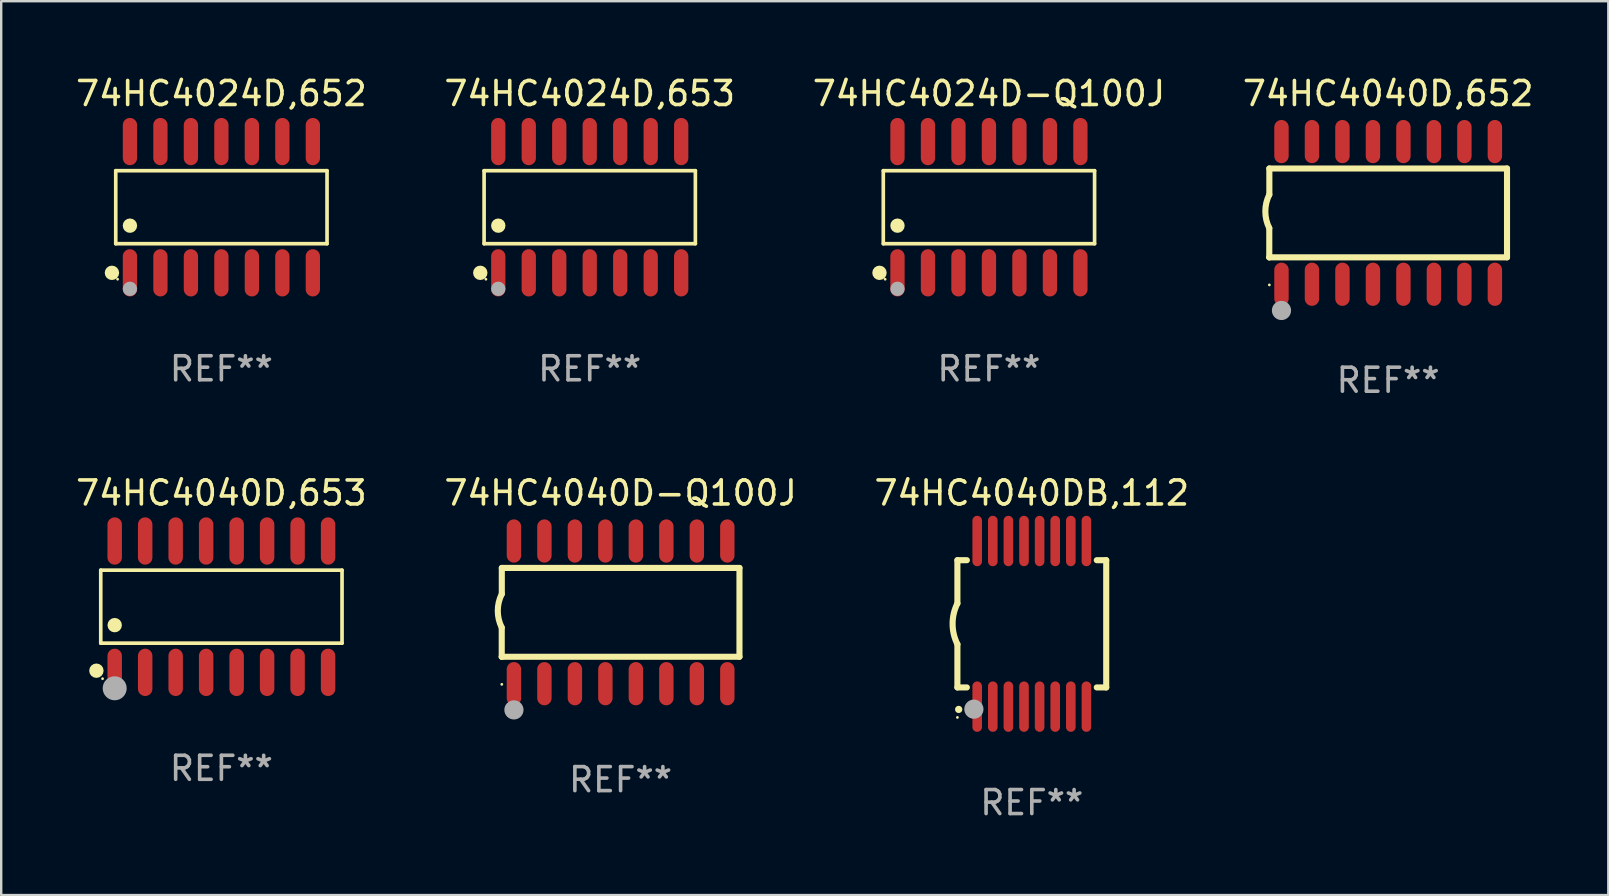
<source format=kicad_pcb>
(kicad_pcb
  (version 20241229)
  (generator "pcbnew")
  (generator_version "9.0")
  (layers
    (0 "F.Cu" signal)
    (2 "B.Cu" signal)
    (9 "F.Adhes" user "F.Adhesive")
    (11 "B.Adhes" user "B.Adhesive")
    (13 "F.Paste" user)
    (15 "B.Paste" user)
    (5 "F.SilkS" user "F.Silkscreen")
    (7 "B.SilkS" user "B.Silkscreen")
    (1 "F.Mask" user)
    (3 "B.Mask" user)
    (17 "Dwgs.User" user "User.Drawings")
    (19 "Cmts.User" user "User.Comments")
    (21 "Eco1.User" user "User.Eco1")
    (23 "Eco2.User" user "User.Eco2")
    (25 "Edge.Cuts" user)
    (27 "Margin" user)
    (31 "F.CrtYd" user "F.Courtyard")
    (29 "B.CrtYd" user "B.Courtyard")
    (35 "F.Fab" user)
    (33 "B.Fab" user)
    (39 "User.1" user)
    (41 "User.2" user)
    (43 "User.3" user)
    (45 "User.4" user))
  (footprint "74HC4040D,652"
    (layer "F.Cu")
    (at 54.78 5.82)
    (property "Reference" "74HC4040D,652" (at 0 -4.972 0) (layer "F.SilkS") (effects (font (size 1 1) (thickness 0.15))))
    (attr through_hole)
    (fp_line (start -4.952 0.635) (end -4.952 1.85) (stroke (width 0.254) (type solid)) (layer "F.SilkS"))
    (fp_line (start -4.952 1.85) (end -4.949 1.85) (stroke (width 0.254) (type solid)) (layer "F.SilkS"))
    (fp_line (start -4.949 -1.85) (end -4.949 -0.762) (stroke (width 0.254) (type solid)) (layer "F.SilkS"))
    (fp_line (start -4.949 1.85) (end 4.952 1.85) (stroke (width 0.254) (type solid)) (layer "F.SilkS"))
    (fp_line (start 4.952 -1.85) (end -4.949 -1.85) (stroke (width 0.254) (type solid)) (layer "F.SilkS"))
    (fp_line (start 4.952 1.85) (end 4.952 -1.85) (stroke (width 0.254) (type solid)) (layer "F.SilkS"))
    (fp_arc (start -4.951524 0.635001) (mid -5.116418 -0.0635) (end -4.951524 -0.762002) (stroke (width 0.254001) (type solid)) (layer "F.SilkS"))
    (fp_circle (center -4.949 3) (end -4.919 3) (stroke (width 0.06) (type solid)) (fill no) (layer "F.SilkS"))
    (fp_circle (center -4.444 4.064) (end -4.244 4.064) (stroke (width 0.4) (type solid)) (fill no) (layer "F.Fab"))
    (fp_text user "REF**" (at 0 6.972 0) (layer "F.Fab") (effects (font (size 1 1) (thickness 0.15))))
    (pad "1" smd oval (at -4.444 2.972 180) (size 0.6 1.8) (layers "F.Cu" "F.Mask" "F.Paste"))
    (pad "2" smd oval (at -3.174 2.972 180) (size 0.6 1.8) (layers "F.Cu" "F.Mask" "F.Paste"))
    (pad "3" smd oval (at -1.904 2.972 180) (size 0.6 1.8) (layers "F.Cu" "F.Mask" "F.Paste"))
    (pad "4" smd oval (at -0.634 2.972 180) (size 0.6 1.8) (layers "F.Cu" "F.Mask" "F.Paste"))
    (pad "5" smd oval (at 0.636 2.972 180) (size 0.6 1.8) (layers "F.Cu" "F.Mask" "F.Paste"))
    (pad "6" smd oval (at 1.906 2.972 180) (size 0.6 1.8) (layers "F.Cu" "F.Mask" "F.Paste"))
    (pad "7" smd oval (at 3.176 2.972 180) (size 0.6 1.8) (layers "F.Cu" "F.Mask" "F.Paste"))
    (pad "8" smd oval (at 4.446 2.972 180) (size 0.6 1.8) (layers "F.Cu" "F.Mask" "F.Paste"))
    (pad "9" smd oval (at 4.446 -2.972 180) (size 0.6 1.8) (layers "F.Cu" "F.Mask" "F.Paste"))
    (pad "10" smd oval (at 3.176 -2.972 180) (size 0.6 1.8) (layers "F.Cu" "F.Mask" "F.Paste"))
    (pad "11" smd oval (at 1.906 -2.972 180) (size 0.6 1.8) (layers "F.Cu" "F.Mask" "F.Paste"))
    (pad "12" smd oval (at 0.636 -2.972 180) (size 0.6 1.8) (layers "F.Cu" "F.Mask" "F.Paste"))
    (pad "13" smd oval (at -0.634 -2.972 180) (size 0.6 1.8) (layers "F.Cu" "F.Mask" "F.Paste"))
    (pad "14" smd oval (at -1.904 -2.972 180) (size 0.6 1.8) (layers "F.Cu" "F.Mask" "F.Paste"))
    (pad "15" smd oval (at -3.174 -2.972 180) (size 0.6 1.8) (layers "F.Cu" "F.Mask" "F.Paste"))
    (pad "16" smd oval (at -4.444 -2.972 180) (size 0.6 1.8) (layers "F.Cu" "F.Mask" "F.Paste")))
  (footprint "74HC4024D-Q100J"
    (layer "F.Cu")
    (at 38.149 5.582)
    (property "Reference" "74HC4024D-Q100J" (at 0 -4.734 0) (layer "F.SilkS") (effects (font (size 1 1) (thickness 0.15))))
    (attr through_hole)
    (fp_line (start -4.401 -1.521) (end 4.401 -1.521) (stroke (width 0.152) (type solid)) (layer "F.SilkS"))
    (fp_line (start -4.401 1.521) (end -4.401 -1.521) (stroke (width 0.152) (type solid)) (layer "F.SilkS"))
    (fp_line (start 4.401 -1.521) (end 4.401 1.521) (stroke (width 0.152) (type solid)) (layer "F.SilkS"))
    (fp_line (start 4.401 1.521) (end -4.401 1.521) (stroke (width 0.152) (type solid)) (layer "F.SilkS"))
    (fp_circle (center -4.56 2.734) (end -4.41 2.734) (stroke (width 0.3) (type solid)) (fill no) (layer "F.SilkS"))
    (fp_circle (center -4.325 3) (end -4.295 3) (stroke (width 0.06) (type solid)) (fill no) (layer "F.SilkS"))
    (fp_circle (center -3.81 0.769) (end -3.66 0.769) (stroke (width 0.3) (type solid)) (fill no) (layer "F.SilkS"))
    (fp_circle (center -3.81 3.4) (end -3.66 3.4) (stroke (width 0.3) (type solid)) (fill no) (layer "F.Fab"))
    (fp_text user "REF**" (at 0 6.734 0) (layer "F.Fab") (effects (font (size 1 1) (thickness 0.15))))
    (pad "1" smd oval (at -3.81 2.734) (size 0.595 1.968) (layers "F.Cu" "F.Mask" "F.Paste"))
    (pad "2" smd oval (at -2.54 2.734) (size 0.595 1.968) (layers "F.Cu" "F.Mask" "F.Paste"))
    (pad "3" smd oval (at -1.27 2.734) (size 0.595 1.968) (layers "F.Cu" "F.Mask" "F.Paste"))
    (pad "4" smd oval (at 0 2.734) (size 0.595 1.968) (layers "F.Cu" "F.Mask" "F.Paste"))
    (pad "5" smd oval (at 1.27 2.734) (size 0.595 1.968) (layers "F.Cu" "F.Mask" "F.Paste"))
    (pad "6" smd oval (at 2.54 2.734) (size 0.595 1.968) (layers "F.Cu" "F.Mask" "F.Paste"))
    (pad "7" smd oval (at 3.81 2.734) (size 0.595 1.968) (layers "F.Cu" "F.Mask" "F.Paste"))
    (pad "8" smd oval (at 3.81 -2.734) (size 0.595 1.968) (layers "F.Cu" "F.Mask" "F.Paste"))
    (pad "9" smd oval (at 2.54 -2.734) (size 0.595 1.968) (layers "F.Cu" "F.Mask" "F.Paste"))
    (pad "10" smd oval (at 1.27 -2.734) (size 0.595 1.968) (layers "F.Cu" "F.Mask" "F.Paste"))
    (pad "11" smd oval (at 0 -2.734) (size 0.595 1.968) (layers "F.Cu" "F.Mask" "F.Paste"))
    (pad "12" smd oval (at -1.27 -2.734) (size 0.595 1.968) (layers "F.Cu" "F.Mask" "F.Paste"))
    (pad "13" smd oval (at -2.54 -2.734) (size 0.595 1.968) (layers "F.Cu" "F.Mask" "F.Paste"))
    (pad "14" smd oval (at -3.81 -2.734) (size 0.595 1.968) (layers "F.Cu" "F.Mask" "F.Paste")))
  (footprint "74HC4024D,653"
    (layer "F.Cu")
    (at 21.518 5.582)
    (property "Reference" "74HC4024D,653" (at 0 -4.734 0) (layer "F.SilkS") (effects (font (size 1 1) (thickness 0.15))))
    (attr through_hole)
    (fp_line (start -4.401 -1.521) (end 4.401 -1.521) (stroke (width 0.152) (type solid)) (layer "F.SilkS"))
    (fp_line (start -4.401 1.521) (end -4.401 -1.521) (stroke (width 0.152) (type solid)) (layer "F.SilkS"))
    (fp_line (start 4.401 -1.521) (end 4.401 1.521) (stroke (width 0.152) (type solid)) (layer "F.SilkS"))
    (fp_line (start 4.401 1.521) (end -4.401 1.521) (stroke (width 0.152) (type solid)) (layer "F.SilkS"))
    (fp_circle (center -4.56 2.734) (end -4.41 2.734) (stroke (width 0.3) (type solid)) (fill no) (layer "F.SilkS"))
    (fp_circle (center -4.325 3) (end -4.295 3) (stroke (width 0.06) (type solid)) (fill no) (layer "F.SilkS"))
    (fp_circle (center -3.81 0.769) (end -3.66 0.769) (stroke (width 0.3) (type solid)) (fill no) (layer "F.SilkS"))
    (fp_circle (center -3.81 3.4) (end -3.66 3.4) (stroke (width 0.3) (type solid)) (fill no) (layer "F.Fab"))
    (fp_text user "REF**" (at 0 6.734 0) (layer "F.Fab") (effects (font (size 1 1) (thickness 0.15))))
    (pad "1" smd oval (at -3.81 2.734) (size 0.595 1.968) (layers "F.Cu" "F.Mask" "F.Paste"))
    (pad "2" smd oval (at -2.54 2.734) (size 0.595 1.968) (layers "F.Cu" "F.Mask" "F.Paste"))
    (pad "3" smd oval (at -1.27 2.734) (size 0.595 1.968) (layers "F.Cu" "F.Mask" "F.Paste"))
    (pad "4" smd oval (at 0 2.734) (size 0.595 1.968) (layers "F.Cu" "F.Mask" "F.Paste"))
    (pad "5" smd oval (at 1.27 2.734) (size 0.595 1.968) (layers "F.Cu" "F.Mask" "F.Paste"))
    (pad "6" smd oval (at 2.54 2.734) (size 0.595 1.968) (layers "F.Cu" "F.Mask" "F.Paste"))
    (pad "7" smd oval (at 3.81 2.734) (size 0.595 1.968) (layers "F.Cu" "F.Mask" "F.Paste"))
    (pad "8" smd oval (at 3.81 -2.734) (size 0.595 1.968) (layers "F.Cu" "F.Mask" "F.Paste"))
    (pad "9" smd oval (at 2.54 -2.734) (size 0.595 1.968) (layers "F.Cu" "F.Mask" "F.Paste"))
    (pad "10" smd oval (at 1.27 -2.734) (size 0.595 1.968) (layers "F.Cu" "F.Mask" "F.Paste"))
    (pad "11" smd oval (at 0 -2.734) (size 0.595 1.968) (layers "F.Cu" "F.Mask" "F.Paste"))
    (pad "12" smd oval (at -1.27 -2.734) (size 0.595 1.968) (layers "F.Cu" "F.Mask" "F.Paste"))
    (pad "13" smd oval (at -2.54 -2.734) (size 0.595 1.968) (layers "F.Cu" "F.Mask" "F.Paste"))
    (pad "14" smd oval (at -3.81 -2.734) (size 0.595 1.968) (layers "F.Cu" "F.Mask" "F.Paste")))
  (footprint "74HC4040D-Q100J"
    (layer "F.Cu")
    (at 22.804 22.46)
    (property "Reference" "74HC4040D-Q100J" (at 0 -4.972 0) (layer "F.SilkS") (effects (font (size 1 1) (thickness 0.15))))
    (attr through_hole)
    (fp_line (start -4.952 0.635) (end -4.952 1.85) (stroke (width 0.254) (type solid)) (layer "F.SilkS"))
    (fp_line (start -4.952 1.85) (end -4.949 1.85) (stroke (width 0.254) (type solid)) (layer "F.SilkS"))
    (fp_line (start -4.949 -1.85) (end -4.949 -0.762) (stroke (width 0.254) (type solid)) (layer "F.SilkS"))
    (fp_line (start -4.949 1.85) (end 4.952 1.85) (stroke (width 0.254) (type solid)) (layer "F.SilkS"))
    (fp_line (start 4.952 -1.85) (end -4.949 -1.85) (stroke (width 0.254) (type solid)) (layer "F.SilkS"))
    (fp_line (start 4.952 1.85) (end 4.952 -1.85) (stroke (width 0.254) (type solid)) (layer "F.SilkS"))
    (fp_arc (start -4.951524 0.635001) (mid -5.116418 -0.0635) (end -4.951524 -0.762002) (stroke (width 0.254001) (type solid)) (layer "F.SilkS"))
    (fp_circle (center -4.949 3) (end -4.919 3) (stroke (width 0.06) (type solid)) (fill no) (layer "F.SilkS"))
    (fp_circle (center -4.444 4.064) (end -4.244 4.064) (stroke (width 0.4) (type solid)) (fill no) (layer "F.Fab"))
    (fp_text user "REF**" (at 0 6.972 0) (layer "F.Fab") (effects (font (size 1 1) (thickness 0.15))))
    (pad "1" smd oval (at -4.444 2.972 180) (size 0.6 1.8) (layers "F.Cu" "F.Mask" "F.Paste"))
    (pad "2" smd oval (at -3.174 2.972 180) (size 0.6 1.8) (layers "F.Cu" "F.Mask" "F.Paste"))
    (pad "3" smd oval (at -1.904 2.972 180) (size 0.6 1.8) (layers "F.Cu" "F.Mask" "F.Paste"))
    (pad "4" smd oval (at -0.634 2.972 180) (size 0.6 1.8) (layers "F.Cu" "F.Mask" "F.Paste"))
    (pad "5" smd oval (at 0.636 2.972 180) (size 0.6 1.8) (layers "F.Cu" "F.Mask" "F.Paste"))
    (pad "6" smd oval (at 1.906 2.972 180) (size 0.6 1.8) (layers "F.Cu" "F.Mask" "F.Paste"))
    (pad "7" smd oval (at 3.176 2.972 180) (size 0.6 1.8) (layers "F.Cu" "F.Mask" "F.Paste"))
    (pad "8" smd oval (at 4.446 2.972 180) (size 0.6 1.8) (layers "F.Cu" "F.Mask" "F.Paste"))
    (pad "9" smd oval (at 4.446 -2.972 180) (size 0.6 1.8) (layers "F.Cu" "F.Mask" "F.Paste"))
    (pad "10" smd oval (at 3.176 -2.972 180) (size 0.6 1.8) (layers "F.Cu" "F.Mask" "F.Paste"))
    (pad "11" smd oval (at 1.906 -2.972 180) (size 0.6 1.8) (layers "F.Cu" "F.Mask" "F.Paste"))
    (pad "12" smd oval (at 0.636 -2.972 180) (size 0.6 1.8) (layers "F.Cu" "F.Mask" "F.Paste"))
    (pad "13" smd oval (at -0.634 -2.972 180) (size 0.6 1.8) (layers "F.Cu" "F.Mask" "F.Paste"))
    (pad "14" smd oval (at -1.904 -2.972 180) (size 0.6 1.8) (layers "F.Cu" "F.Mask" "F.Paste"))
    (pad "15" smd oval (at -3.174 -2.972 180) (size 0.6 1.8) (layers "F.Cu" "F.Mask" "F.Paste"))
    (pad "16" smd oval (at -4.444 -2.972 180) (size 0.6 1.8) (layers "F.Cu" "F.Mask" "F.Paste")))
  (footprint "74HC4040DB,112"
    (layer "F.Cu")
    (at 39.935 22.938)
    (property "Reference" "74HC4040DB,112" (at 0 -5.45 0) (layer "F.SilkS") (effects (font (size 1 1) (thickness 0.15))))
    (attr through_hole)
    (fp_line (start -3.1 -2.65) (end -3.1 -0.85) (stroke (width 0.254) (type solid)) (layer "F.SilkS"))
    (fp_line (start -3.1 -2.65) (end -2.706 -2.65) (stroke (width 0.254) (type solid)) (layer "F.SilkS"))
    (fp_line (start -3.1 2.65) (end -3.1 0.85) (stroke (width 0.254) (type solid)) (layer "F.SilkS"))
    (fp_line (start -3.1 2.65) (end -2.706 2.65) (stroke (width 0.254) (type solid)) (layer "F.SilkS"))
    (fp_line (start 2.706 -2.65) (end 3.1 -2.65) (stroke (width 0.254) (type solid)) (layer "F.SilkS"))
    (fp_line (start 2.706 2.65) (end 3.1 2.65) (stroke (width 0.254) (type solid)) (layer "F.SilkS"))
    (fp_line (start 3.1 -2.65) (end 3.1 2.65) (stroke (width 0.254) (type solid)) (layer "F.SilkS"))
    (fp_arc (start -3.098907 0.850902) (mid -3.300057 0.000523) (end -3.1 -0.850114) (stroke (width 0.254001) (type solid)) (layer "F.SilkS"))
    (fp_arc (start -3.048006 3.566066) (mid -3.046736 3.566061) (end -3.045466 3.566066) (stroke (width 0.3) (type solid)) (layer "F.SilkS"))
    (fp_circle (center -3.1 3.9) (end -3.07 3.9) (stroke (width 0.06) (type solid)) (fill no) (layer "F.SilkS"))
    (fp_circle (center -2.413 3.556) (end -2.213 3.556) (stroke (width 0.4) (type solid)) (fill no) (layer "F.Fab"))
    (fp_text user "REF**" (at 0 7.45 0) (layer "F.Fab") (effects (font (size 1 1) (thickness 0.15))))
    (pad "1" smd oval (at -2.275 3.45 180) (size 0.4 2.1) (layers "F.Cu" "F.Mask" "F.Paste"))
    (pad "2" smd oval (at -1.625 3.45 180) (size 0.4 2.1) (layers "F.Cu" "F.Mask" "F.Paste"))
    (pad "3" smd oval (at -0.975 3.45 180) (size 0.4 2.1) (layers "F.Cu" "F.Mask" "F.Paste"))
    (pad "4" smd oval (at -0.325 3.45 180) (size 0.4 2.1) (layers "F.Cu" "F.Mask" "F.Paste"))
    (pad "5" smd oval (at 0.325 3.45 180) (size 0.4 2.1) (layers "F.Cu" "F.Mask" "F.Paste"))
    (pad "6" smd oval (at 0.975 3.45 180) (size 0.4 2.1) (layers "F.Cu" "F.Mask" "F.Paste"))
    (pad "7" smd oval (at 1.625 3.45 180) (size 0.4 2.1) (layers "F.Cu" "F.Mask" "F.Paste"))
    (pad "8" smd oval (at 2.275 3.45 180) (size 0.4 2.1) (layers "F.Cu" "F.Mask" "F.Paste"))
    (pad "9" smd oval (at 2.275 -3.45 180) (size 0.4 2.1) (layers "F.Cu" "F.Mask" "F.Paste"))
    (pad "10" smd oval (at 1.625 -3.45 180) (size 0.4 2.1) (layers "F.Cu" "F.Mask" "F.Paste"))
    (pad "11" smd oval (at 0.975 -3.45 180) (size 0.4 2.1) (layers "F.Cu" "F.Mask" "F.Paste"))
    (pad "12" smd oval (at 0.325 -3.45 180) (size 0.4 2.1) (layers "F.Cu" "F.Mask" "F.Paste"))
    (pad "13" smd oval (at -0.325 -3.45 180) (size 0.4 2.1) (layers "F.Cu" "F.Mask" "F.Paste"))
    (pad "14" smd oval (at -0.975 -3.45 180) (size 0.4 2.1) (layers "F.Cu" "F.Mask" "F.Paste"))
    (pad "15" smd oval (at -1.625 -3.45 180) (size 0.4 2.1) (layers "F.Cu" "F.Mask" "F.Paste"))
    (pad "16" smd oval (at -2.275 -3.45 180) (size 0.4 2.1) (layers "F.Cu" "F.Mask" "F.Paste")))
  (footprint "74HC4040D,653"
    (layer "F.Cu")
    (at 6.173 22.224)
    (property "Reference" "74HC4040D,653" (at 0 -4.736 0) (layer "F.SilkS") (effects (font (size 1 1) (thickness 0.15))))
    (attr through_hole)
    (fp_line (start -5.026 -1.521) (end 5.026 -1.521) (stroke (width 0.152) (type solid)) (layer "F.SilkS"))
    (fp_line (start -5.026 1.521) (end -5.026 -1.521) (stroke (width 0.152) (type solid)) (layer "F.SilkS"))
    (fp_line (start 5.026 -1.521) (end 5.026 1.521) (stroke (width 0.152) (type solid)) (layer "F.SilkS"))
    (fp_line (start 5.026 1.521) (end -5.026 1.521) (stroke (width 0.152) (type solid)) (layer "F.SilkS"))
    (fp_circle (center -5.207 2.667) (end -5.057 2.667) (stroke (width 0.3) (type solid)) (fill no) (layer "F.SilkS"))
    (fp_circle (center -4.95 3) (end -4.92 3) (stroke (width 0.06) (type solid)) (fill no) (layer "F.SilkS"))
    (fp_circle (center -4.445 0.769) (end -4.295 0.769) (stroke (width 0.3) (type solid)) (fill no) (layer "F.SilkS"))
    (fp_circle (center -4.445 3.4) (end -4.195 3.4) (stroke (width 0.5) (type solid)) (fill no) (layer "F.Fab"))
    (fp_text user "REF**" (at 0 6.736 0) (layer "F.Fab") (effects (font (size 1 1) (thickness 0.15))))
    (pad "1" smd oval (at -4.445 2.736) (size 0.602 1.971) (layers "F.Cu" "F.Mask" "F.Paste"))
    (pad "2" smd oval (at -3.175 2.736) (size 0.602 1.971) (layers "F.Cu" "F.Mask" "F.Paste"))
    (pad "3" smd oval (at -1.905 2.736) (size 0.602 1.971) (layers "F.Cu" "F.Mask" "F.Paste"))
    (pad "4" smd oval (at -0.635 2.736) (size 0.602 1.971) (layers "F.Cu" "F.Mask" "F.Paste"))
    (pad "5" smd oval (at 0.635 2.736) (size 0.602 1.971) (layers "F.Cu" "F.Mask" "F.Paste"))
    (pad "6" smd oval (at 1.905 2.736) (size 0.602 1.971) (layers "F.Cu" "F.Mask" "F.Paste"))
    (pad "7" smd oval (at 3.175 2.736) (size 0.602 1.971) (layers "F.Cu" "F.Mask" "F.Paste"))
    (pad "8" smd oval (at 4.445 2.736) (size 0.602 1.971) (layers "F.Cu" "F.Mask" "F.Paste"))
    (pad "9" smd oval (at 4.445 -2.736) (size 0.602 1.971) (layers "F.Cu" "F.Mask" "F.Paste"))
    (pad "10" smd oval (at 3.175 -2.736) (size 0.602 1.971) (layers "F.Cu" "F.Mask" "F.Paste"))
    (pad "11" smd oval (at 1.905 -2.736) (size 0.602 1.971) (layers "F.Cu" "F.Mask" "F.Paste"))
    (pad "12" smd oval (at 0.635 -2.736) (size 0.602 1.971) (layers "F.Cu" "F.Mask" "F.Paste"))
    (pad "13" smd oval (at -0.635 -2.736) (size 0.602 1.971) (layers "F.Cu" "F.Mask" "F.Paste"))
    (pad "14" smd oval (at -1.905 -2.736) (size 0.602 1.971) (layers "F.Cu" "F.Mask" "F.Paste"))
    (pad "15" smd oval (at -3.175 -2.736) (size 0.602 1.971) (layers "F.Cu" "F.Mask" "F.Paste"))
    (pad "16" smd oval (at -4.445 -2.736) (size 0.602 1.971) (layers "F.Cu" "F.Mask" "F.Paste")))
  (footprint "74HC4024D,652"
    (layer "F.Cu")
    (at 6.173 5.582)
    (property "Reference" "74HC4024D,652" (at 0 -4.734 0) (layer "F.SilkS") (effects (font (size 1 1) (thickness 0.15))))
    (attr through_hole)
    (fp_line (start -4.401 -1.521) (end 4.401 -1.521) (stroke (width 0.152) (type solid)) (layer "F.SilkS"))
    (fp_line (start -4.401 1.521) (end -4.401 -1.521) (stroke (width 0.152) (type solid)) (layer "F.SilkS"))
    (fp_line (start 4.401 -1.521) (end 4.401 1.521) (stroke (width 0.152) (type solid)) (layer "F.SilkS"))
    (fp_line (start 4.401 1.521) (end -4.401 1.521) (stroke (width 0.152) (type solid)) (layer "F.SilkS"))
    (fp_circle (center -4.56 2.734) (end -4.41 2.734) (stroke (width 0.3) (type solid)) (fill no) (layer "F.SilkS"))
    (fp_circle (center -4.325 3) (end -4.295 3) (stroke (width 0.06) (type solid)) (fill no) (layer "F.SilkS"))
    (fp_circle (center -3.81 0.769) (end -3.66 0.769) (stroke (width 0.3) (type solid)) (fill no) (layer "F.SilkS"))
    (fp_circle (center -3.81 3.4) (end -3.66 3.4) (stroke (width 0.3) (type solid)) (fill no) (layer "F.Fab"))
    (fp_text user "REF**" (at 0 6.734 0) (layer "F.Fab") (effects (font (size 1 1) (thickness 0.15))))
    (pad "1" smd oval (at -3.81 2.734) (size 0.595 1.968) (layers "F.Cu" "F.Mask" "F.Paste"))
    (pad "2" smd oval (at -2.54 2.734) (size 0.595 1.968) (layers "F.Cu" "F.Mask" "F.Paste"))
    (pad "3" smd oval (at -1.27 2.734) (size 0.595 1.968) (layers "F.Cu" "F.Mask" "F.Paste"))
    (pad "4" smd oval (at 0 2.734) (size 0.595 1.968) (layers "F.Cu" "F.Mask" "F.Paste"))
    (pad "5" smd oval (at 1.27 2.734) (size 0.595 1.968) (layers "F.Cu" "F.Mask" "F.Paste"))
    (pad "6" smd oval (at 2.54 2.734) (size 0.595 1.968) (layers "F.Cu" "F.Mask" "F.Paste"))
    (pad "7" smd oval (at 3.81 2.734) (size 0.595 1.968) (layers "F.Cu" "F.Mask" "F.Paste"))
    (pad "8" smd oval (at 3.81 -2.734) (size 0.595 1.968) (layers "F.Cu" "F.Mask" "F.Paste"))
    (pad "9" smd oval (at 2.54 -2.734) (size 0.595 1.968) (layers "F.Cu" "F.Mask" "F.Paste"))
    (pad "10" smd oval (at 1.27 -2.734) (size 0.595 1.968) (layers "F.Cu" "F.Mask" "F.Paste"))
    (pad "11" smd oval (at 0 -2.734) (size 0.595 1.968) (layers "F.Cu" "F.Mask" "F.Paste"))
    (pad "12" smd oval (at -1.27 -2.734) (size 0.595 1.968) (layers "F.Cu" "F.Mask" "F.Paste"))
    (pad "13" smd oval (at -2.54 -2.734) (size 0.595 1.968) (layers "F.Cu" "F.Mask" "F.Paste"))
    (pad "14" smd oval (at -3.81 -2.734) (size 0.595 1.968) (layers "F.Cu" "F.Mask" "F.Paste")))
  (gr_rect
    (start -3 -3)
    (end 63.952 34.237)
    (stroke (width 0.1) (type default))
    (fill no)
    (layer "Edge.Cuts")))
</source>
